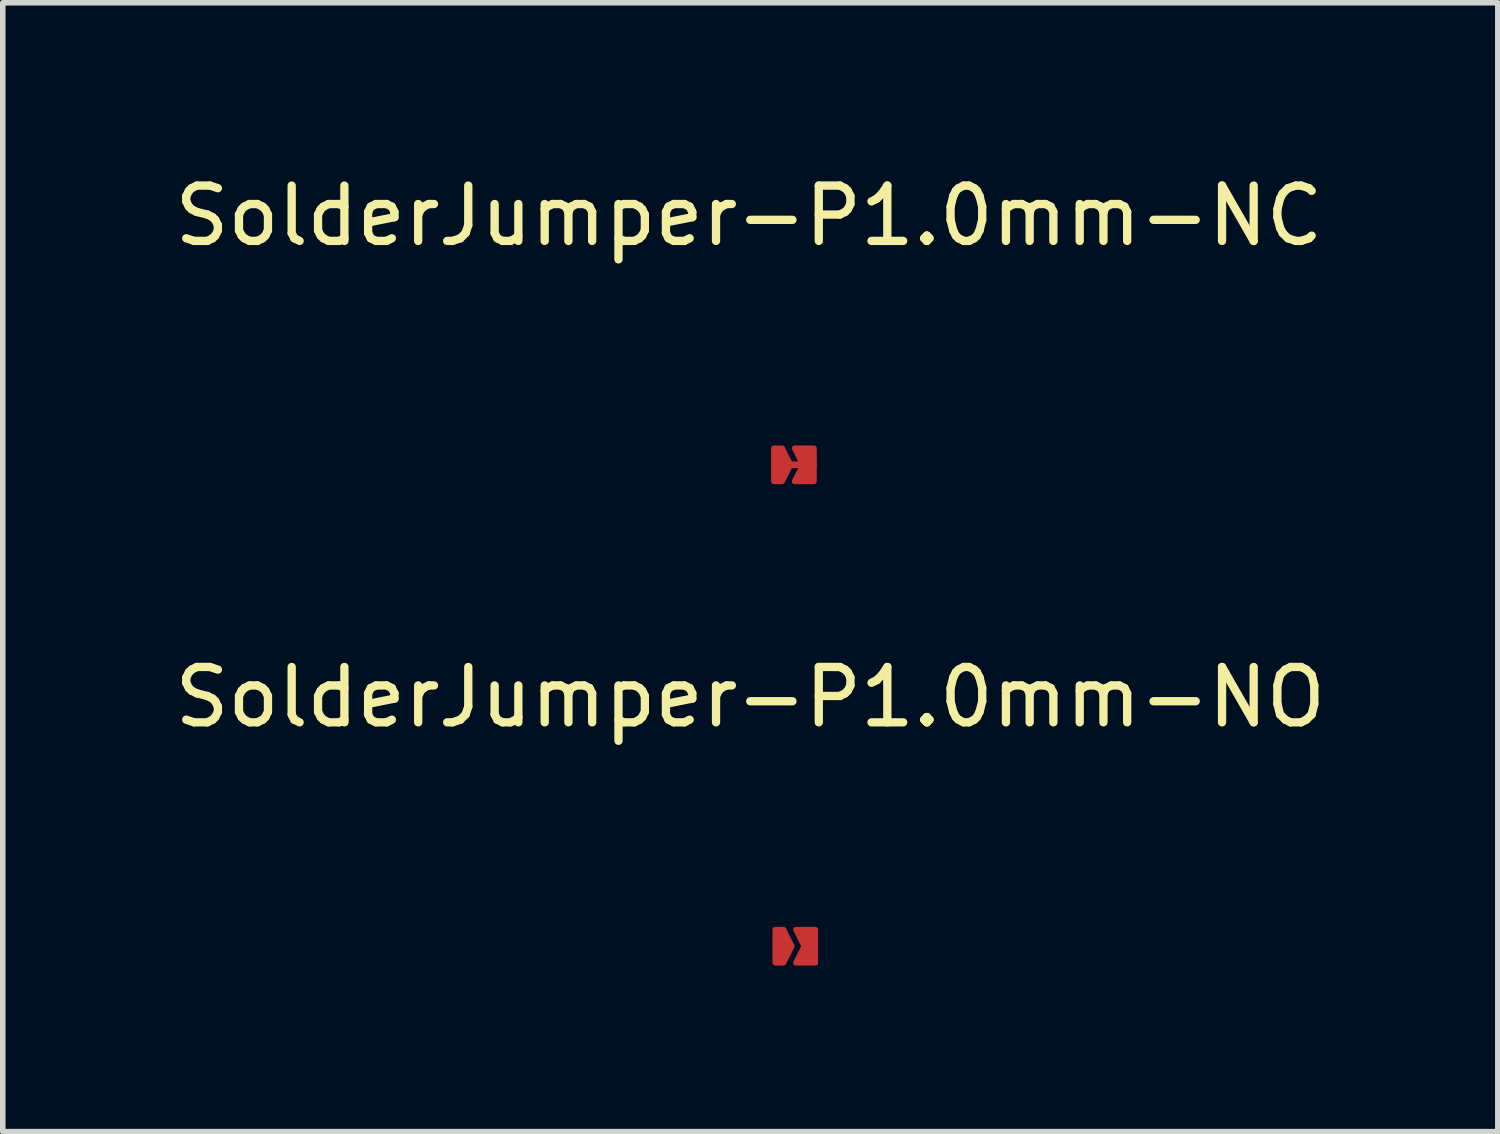
<source format=kicad_pcb>
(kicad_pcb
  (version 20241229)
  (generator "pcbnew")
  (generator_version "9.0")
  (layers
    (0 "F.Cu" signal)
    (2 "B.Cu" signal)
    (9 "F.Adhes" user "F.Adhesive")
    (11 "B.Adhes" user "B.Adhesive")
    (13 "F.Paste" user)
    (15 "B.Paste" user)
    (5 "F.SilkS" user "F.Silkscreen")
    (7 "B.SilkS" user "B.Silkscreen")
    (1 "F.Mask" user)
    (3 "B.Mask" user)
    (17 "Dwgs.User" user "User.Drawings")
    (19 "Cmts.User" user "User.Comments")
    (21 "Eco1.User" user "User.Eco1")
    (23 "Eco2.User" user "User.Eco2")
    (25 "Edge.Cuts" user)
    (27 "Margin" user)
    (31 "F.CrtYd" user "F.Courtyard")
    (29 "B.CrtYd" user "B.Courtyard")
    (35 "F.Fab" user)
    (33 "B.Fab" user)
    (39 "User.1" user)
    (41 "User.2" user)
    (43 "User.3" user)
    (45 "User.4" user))
  (footprint "SolderJumper-P1.0mm-NC"
    (layer "F.Cu")
    (at 10.482 5.348)
    (property "Reference" "SolderJumper-P1.0mm-NC" (at 0 -4.5 0) (layer "F.SilkS") (effects (font (size 1 1) (thickness 0.15))))
    (attr through_hole)
    (fp_line (start 0.7 0) (end 1 0) (stroke (width 0.12) (type solid)) (layer "F.Cu"))
    (fp_poly (pts (xy 0.75 0) (xy 0.6 0.3) (xy 0.45 0.3) (xy 0.45 -0.3) (xy 0.6 -0.3)) (stroke (width 0.1) (type solid)) (fill yes) (layer "F.Cu"))
    (fp_poly (pts (xy 1.175 0.3) (xy 0.825 0.3) (xy 0.975 0) (xy 0.825 -0.3) (xy 1.175 -0.3)) (stroke (width 0.1) (type solid)) (fill yes) (layer "F.Cu"))
    (pad "1" smd circle (at 0.6 0) (size 0.3 0.3) (layers "F.Cu" "F.Mask" "F.Paste"))
    (pad "2" smd circle (at 1.075 0) (size 0.3 0.3) (layers "F.Cu" "F.Mask" "F.Paste")))
  (footprint "SolderJumper-P1.0mm-NO"
    (layer "F.Cu")
    (at 10.506 14.046)
    (property "Reference" "SolderJumper-P1.0mm-NO" (at 0 -4.5 0) (layer "F.SilkS") (effects (font (size 1 1) (thickness 0.15))))
    (attr through_hole)
    (fp_poly (pts (xy 0.75 0) (xy 0.6 0.3) (xy 0.45 0.3) (xy 0.45 -0.3) (xy 0.6 -0.3)) (stroke (width 0.1) (type solid)) (fill yes) (layer "F.Cu"))
    (fp_poly (pts (xy 1.175 0.3) (xy 0.825 0.3) (xy 0.975 0) (xy 0.825 -0.3) (xy 1.175 -0.3)) (stroke (width 0.1) (type solid)) (fill yes) (layer "F.Cu"))
    (pad "1" smd circle (at 0.6 0) (size 0.3 0.3) (layers "F.Cu" "F.Mask" "F.Paste"))
    (pad "2" smd circle (at 1.075 0) (size 0.3 0.3) (layers "F.Cu" "F.Mask" "F.Paste")))
  (gr_rect
    (start -3 -3)
    (end 24.012 17.396)
    (stroke (width 0.1) (type default))
    (fill no)
    (layer "Edge.Cuts")))
</source>
